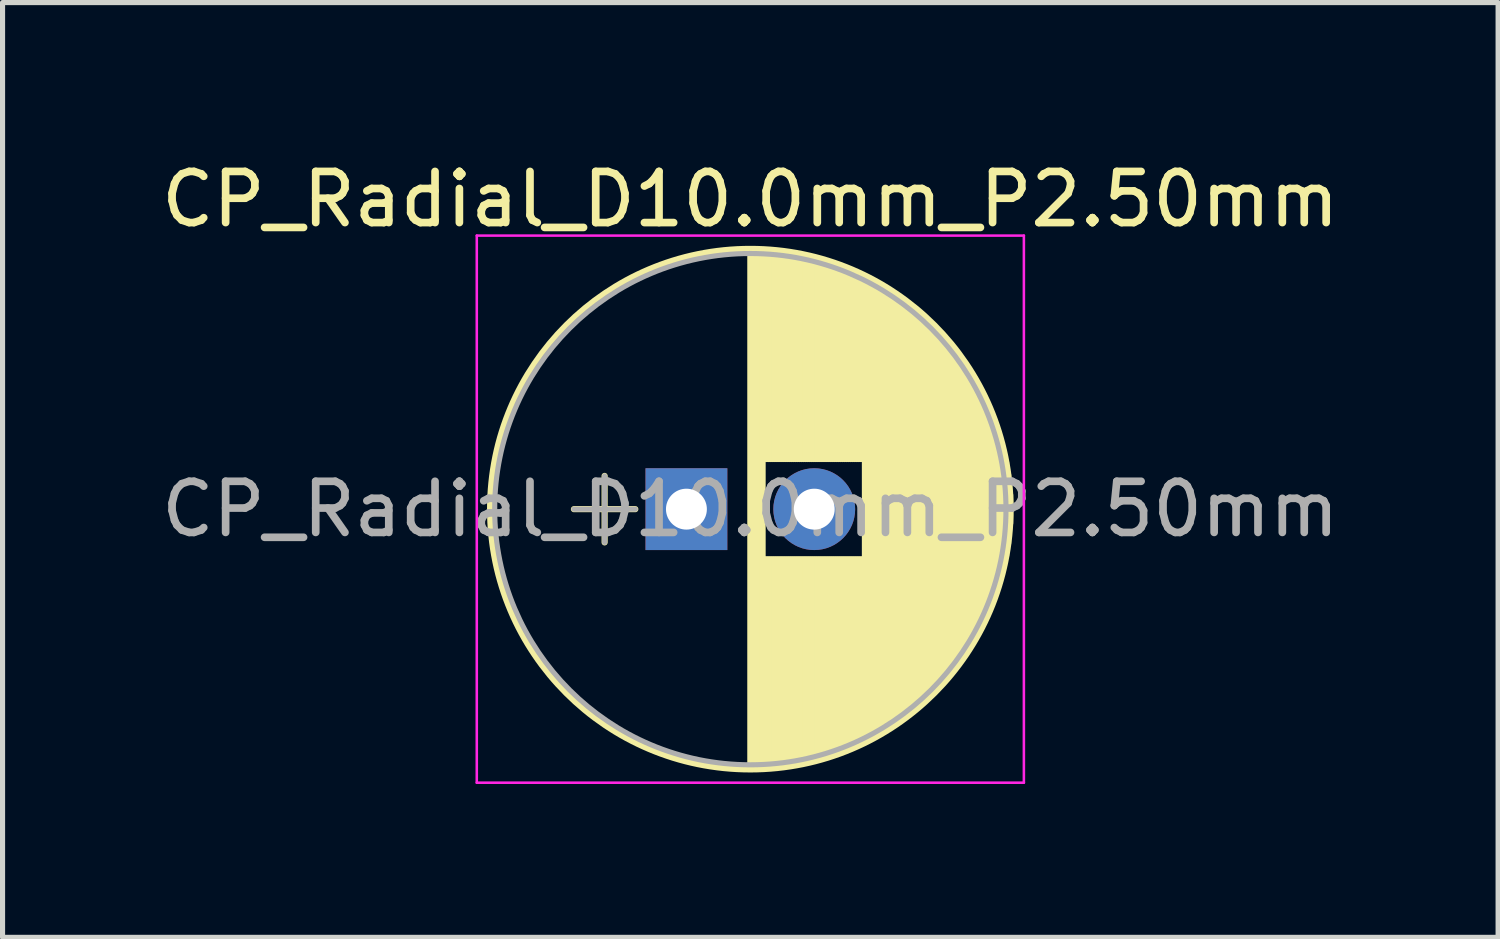
<source format=kicad_pcb>
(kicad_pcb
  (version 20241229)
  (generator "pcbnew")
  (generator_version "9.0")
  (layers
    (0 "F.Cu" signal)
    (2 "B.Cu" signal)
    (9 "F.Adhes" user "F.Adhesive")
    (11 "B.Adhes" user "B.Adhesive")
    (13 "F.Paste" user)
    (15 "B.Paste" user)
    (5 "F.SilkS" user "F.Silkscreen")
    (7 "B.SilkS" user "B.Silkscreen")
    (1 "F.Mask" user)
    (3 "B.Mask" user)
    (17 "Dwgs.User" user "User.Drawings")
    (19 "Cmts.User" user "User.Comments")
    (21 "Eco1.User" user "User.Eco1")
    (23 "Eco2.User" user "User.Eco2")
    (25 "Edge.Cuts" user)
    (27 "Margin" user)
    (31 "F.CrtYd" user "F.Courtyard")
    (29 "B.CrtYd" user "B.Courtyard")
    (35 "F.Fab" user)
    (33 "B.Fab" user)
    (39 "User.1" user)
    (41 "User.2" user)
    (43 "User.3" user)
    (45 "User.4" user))
  (footprint "CP_Radial_D10.0mm_P2.50mm"
    (layer "F.Cu")
    (at 10.375 6.908)
    (property "Reference" "CP_Radial_D10.0mm_P2.50mm" (at 1.25 -6.06 0) (layer "F.SilkS") (effects (font (size 1 1) (thickness 0.15))))
    (attr through_hole)
    (fp_line (start -2.2 0) (end -1 0) (stroke (width 0.12) (type solid)) (layer "F.SilkS"))
    (fp_line (start -1.6 -0.65) (end -1.6 0.65) (stroke (width 0.12) (type solid)) (layer "F.SilkS"))
    (fp_line (start 1.25 -5.05) (end 1.25 5.05) (stroke (width 0.12) (type solid)) (layer "F.SilkS"))
    (fp_line (start 1.29 -5.05) (end 1.29 5.05) (stroke (width 0.12) (type solid)) (layer "F.SilkS"))
    (fp_line (start 1.33 -5.05) (end 1.33 5.05) (stroke (width 0.12) (type solid)) (layer "F.SilkS"))
    (fp_line (start 1.37 -5.049) (end 1.37 5.049) (stroke (width 0.12) (type solid)) (layer "F.SilkS"))
    (fp_line (start 1.41 -5.048) (end 1.41 5.048) (stroke (width 0.12) (type solid)) (layer "F.SilkS"))
    (fp_line (start 1.45 -5.047) (end 1.45 5.047) (stroke (width 0.12) (type solid)) (layer "F.SilkS"))
    (fp_line (start 1.49 -5.045) (end 1.49 5.045) (stroke (width 0.12) (type solid)) (layer "F.SilkS"))
    (fp_line (start 1.53 -5.043) (end 1.53 -0.98) (stroke (width 0.12) (type solid)) (layer "F.SilkS"))
    (fp_line (start 1.53 0.98) (end 1.53 5.043) (stroke (width 0.12) (type solid)) (layer "F.SilkS"))
    (fp_line (start 1.57 -5.04) (end 1.57 -0.98) (stroke (width 0.12) (type solid)) (layer "F.SilkS"))
    (fp_line (start 1.57 0.98) (end 1.57 5.04) (stroke (width 0.12) (type solid)) (layer "F.SilkS"))
    (fp_line (start 1.61 -5.038) (end 1.61 -0.98) (stroke (width 0.12) (type solid)) (layer "F.SilkS"))
    (fp_line (start 1.61 0.98) (end 1.61 5.038) (stroke (width 0.12) (type solid)) (layer "F.SilkS"))
    (fp_line (start 1.65 -5.035) (end 1.65 -0.98) (stroke (width 0.12) (type solid)) (layer "F.SilkS"))
    (fp_line (start 1.65 0.98) (end 1.65 5.035) (stroke (width 0.12) (type solid)) (layer "F.SilkS"))
    (fp_line (start 1.69 -5.031) (end 1.69 -0.98) (stroke (width 0.12) (type solid)) (layer "F.SilkS"))
    (fp_line (start 1.69 0.98) (end 1.69 5.031) (stroke (width 0.12) (type solid)) (layer "F.SilkS"))
    (fp_line (start 1.73 -5.028) (end 1.73 -0.98) (stroke (width 0.12) (type solid)) (layer "F.SilkS"))
    (fp_line (start 1.73 0.98) (end 1.73 5.028) (stroke (width 0.12) (type solid)) (layer "F.SilkS"))
    (fp_line (start 1.77 -5.024) (end 1.77 -0.98) (stroke (width 0.12) (type solid)) (layer "F.SilkS"))
    (fp_line (start 1.77 0.98) (end 1.77 5.024) (stroke (width 0.12) (type solid)) (layer "F.SilkS"))
    (fp_line (start 1.81 -5.02) (end 1.81 -0.98) (stroke (width 0.12) (type solid)) (layer "F.SilkS"))
    (fp_line (start 1.81 0.98) (end 1.81 5.02) (stroke (width 0.12) (type solid)) (layer "F.SilkS"))
    (fp_line (start 1.85 -5.015) (end 1.85 -0.98) (stroke (width 0.12) (type solid)) (layer "F.SilkS"))
    (fp_line (start 1.85 0.98) (end 1.85 5.015) (stroke (width 0.12) (type solid)) (layer "F.SilkS"))
    (fp_line (start 1.89 -5.01) (end 1.89 -0.98) (stroke (width 0.12) (type solid)) (layer "F.SilkS"))
    (fp_line (start 1.89 0.98) (end 1.89 5.01) (stroke (width 0.12) (type solid)) (layer "F.SilkS"))
    (fp_line (start 1.93 -5.005) (end 1.93 -0.98) (stroke (width 0.12) (type solid)) (layer "F.SilkS"))
    (fp_line (start 1.93 0.98) (end 1.93 5.005) (stroke (width 0.12) (type solid)) (layer "F.SilkS"))
    (fp_line (start 1.971 -4.999) (end 1.971 -0.98) (stroke (width 0.12) (type solid)) (layer "F.SilkS"))
    (fp_line (start 1.971 0.98) (end 1.971 4.999) (stroke (width 0.12) (type solid)) (layer "F.SilkS"))
    (fp_line (start 2.011 -4.993) (end 2.011 -0.98) (stroke (width 0.12) (type solid)) (layer "F.SilkS"))
    (fp_line (start 2.011 0.98) (end 2.011 4.993) (stroke (width 0.12) (type solid)) (layer "F.SilkS"))
    (fp_line (start 2.051 -4.987) (end 2.051 -0.98) (stroke (width 0.12) (type solid)) (layer "F.SilkS"))
    (fp_line (start 2.051 0.98) (end 2.051 4.987) (stroke (width 0.12) (type solid)) (layer "F.SilkS"))
    (fp_line (start 2.091 -4.981) (end 2.091 -0.98) (stroke (width 0.12) (type solid)) (layer "F.SilkS"))
    (fp_line (start 2.091 0.98) (end 2.091 4.981) (stroke (width 0.12) (type solid)) (layer "F.SilkS"))
    (fp_line (start 2.131 -4.974) (end 2.131 -0.98) (stroke (width 0.12) (type solid)) (layer "F.SilkS"))
    (fp_line (start 2.131 0.98) (end 2.131 4.974) (stroke (width 0.12) (type solid)) (layer "F.SilkS"))
    (fp_line (start 2.171 -4.967) (end 2.171 -0.98) (stroke (width 0.12) (type solid)) (layer "F.SilkS"))
    (fp_line (start 2.171 0.98) (end 2.171 4.967) (stroke (width 0.12) (type solid)) (layer "F.SilkS"))
    (fp_line (start 2.211 -4.959) (end 2.211 -0.98) (stroke (width 0.12) (type solid)) (layer "F.SilkS"))
    (fp_line (start 2.211 0.98) (end 2.211 4.959) (stroke (width 0.12) (type solid)) (layer "F.SilkS"))
    (fp_line (start 2.251 -4.951) (end 2.251 -0.98) (stroke (width 0.12) (type solid)) (layer "F.SilkS"))
    (fp_line (start 2.251 0.98) (end 2.251 4.951) (stroke (width 0.12) (type solid)) (layer "F.SilkS"))
    (fp_line (start 2.291 -4.943) (end 2.291 -0.98) (stroke (width 0.12) (type solid)) (layer "F.SilkS"))
    (fp_line (start 2.291 0.98) (end 2.291 4.943) (stroke (width 0.12) (type solid)) (layer "F.SilkS"))
    (fp_line (start 2.331 -4.935) (end 2.331 -0.98) (stroke (width 0.12) (type solid)) (layer "F.SilkS"))
    (fp_line (start 2.331 0.98) (end 2.331 4.935) (stroke (width 0.12) (type solid)) (layer "F.SilkS"))
    (fp_line (start 2.371 -4.926) (end 2.371 -0.98) (stroke (width 0.12) (type solid)) (layer "F.SilkS"))
    (fp_line (start 2.371 0.98) (end 2.371 4.926) (stroke (width 0.12) (type solid)) (layer "F.SilkS"))
    (fp_line (start 2.411 -4.917) (end 2.411 -0.98) (stroke (width 0.12) (type solid)) (layer "F.SilkS"))
    (fp_line (start 2.411 0.98) (end 2.411 4.917) (stroke (width 0.12) (type solid)) (layer "F.SilkS"))
    (fp_line (start 2.451 -4.907) (end 2.451 -0.98) (stroke (width 0.12) (type solid)) (layer "F.SilkS"))
    (fp_line (start 2.451 0.98) (end 2.451 4.907) (stroke (width 0.12) (type solid)) (layer "F.SilkS"))
    (fp_line (start 2.491 -4.897) (end 2.491 -0.98) (stroke (width 0.12) (type solid)) (layer "F.SilkS"))
    (fp_line (start 2.491 0.98) (end 2.491 4.897) (stroke (width 0.12) (type solid)) (layer "F.SilkS"))
    (fp_line (start 2.531 -4.887) (end 2.531 -0.98) (stroke (width 0.12) (type solid)) (layer "F.SilkS"))
    (fp_line (start 2.531 0.98) (end 2.531 4.887) (stroke (width 0.12) (type solid)) (layer "F.SilkS"))
    (fp_line (start 2.571 -4.876) (end 2.571 -0.98) (stroke (width 0.12) (type solid)) (layer "F.SilkS"))
    (fp_line (start 2.571 0.98) (end 2.571 4.876) (stroke (width 0.12) (type solid)) (layer "F.SilkS"))
    (fp_line (start 2.611 -4.865) (end 2.611 -0.98) (stroke (width 0.12) (type solid)) (layer "F.SilkS"))
    (fp_line (start 2.611 0.98) (end 2.611 4.865) (stroke (width 0.12) (type solid)) (layer "F.SilkS"))
    (fp_line (start 2.651 -4.854) (end 2.651 -0.98) (stroke (width 0.12) (type solid)) (layer "F.SilkS"))
    (fp_line (start 2.651 0.98) (end 2.651 4.854) (stroke (width 0.12) (type solid)) (layer "F.SilkS"))
    (fp_line (start 2.691 -4.843) (end 2.691 -0.98) (stroke (width 0.12) (type solid)) (layer "F.SilkS"))
    (fp_line (start 2.691 0.98) (end 2.691 4.843) (stroke (width 0.12) (type solid)) (layer "F.SilkS"))
    (fp_line (start 2.731 -4.831) (end 2.731 -0.98) (stroke (width 0.12) (type solid)) (layer "F.SilkS"))
    (fp_line (start 2.731 0.98) (end 2.731 4.831) (stroke (width 0.12) (type solid)) (layer "F.SilkS"))
    (fp_line (start 2.771 -4.818) (end 2.771 -0.98) (stroke (width 0.12) (type solid)) (layer "F.SilkS"))
    (fp_line (start 2.771 0.98) (end 2.771 4.818) (stroke (width 0.12) (type solid)) (layer "F.SilkS"))
    (fp_line (start 2.811 -4.806) (end 2.811 -0.98) (stroke (width 0.12) (type solid)) (layer "F.SilkS"))
    (fp_line (start 2.811 0.98) (end 2.811 4.806) (stroke (width 0.12) (type solid)) (layer "F.SilkS"))
    (fp_line (start 2.851 -4.792) (end 2.851 -0.98) (stroke (width 0.12) (type solid)) (layer "F.SilkS"))
    (fp_line (start 2.851 0.98) (end 2.851 4.792) (stroke (width 0.12) (type solid)) (layer "F.SilkS"))
    (fp_line (start 2.891 -4.779) (end 2.891 -0.98) (stroke (width 0.12) (type solid)) (layer "F.SilkS"))
    (fp_line (start 2.891 0.98) (end 2.891 4.779) (stroke (width 0.12) (type solid)) (layer "F.SilkS"))
    (fp_line (start 2.931 -4.765) (end 2.931 -0.98) (stroke (width 0.12) (type solid)) (layer "F.SilkS"))
    (fp_line (start 2.931 0.98) (end 2.931 4.765) (stroke (width 0.12) (type solid)) (layer "F.SilkS"))
    (fp_line (start 2.971 -4.751) (end 2.971 -0.98) (stroke (width 0.12) (type solid)) (layer "F.SilkS"))
    (fp_line (start 2.971 0.98) (end 2.971 4.751) (stroke (width 0.12) (type solid)) (layer "F.SilkS"))
    (fp_line (start 3.011 -4.737) (end 3.011 -0.98) (stroke (width 0.12) (type solid)) (layer "F.SilkS"))
    (fp_line (start 3.011 0.98) (end 3.011 4.737) (stroke (width 0.12) (type solid)) (layer "F.SilkS"))
    (fp_line (start 3.051 -4.722) (end 3.051 -0.98) (stroke (width 0.12) (type solid)) (layer "F.SilkS"))
    (fp_line (start 3.051 0.98) (end 3.051 4.722) (stroke (width 0.12) (type solid)) (layer "F.SilkS"))
    (fp_line (start 3.091 -4.706) (end 3.091 -0.98) (stroke (width 0.12) (type solid)) (layer "F.SilkS"))
    (fp_line (start 3.091 0.98) (end 3.091 4.706) (stroke (width 0.12) (type solid)) (layer "F.SilkS"))
    (fp_line (start 3.131 -4.691) (end 3.131 -0.98) (stroke (width 0.12) (type solid)) (layer "F.SilkS"))
    (fp_line (start 3.131 0.98) (end 3.131 4.691) (stroke (width 0.12) (type solid)) (layer "F.SilkS"))
    (fp_line (start 3.171 -4.674) (end 3.171 -0.98) (stroke (width 0.12) (type solid)) (layer "F.SilkS"))
    (fp_line (start 3.171 0.98) (end 3.171 4.674) (stroke (width 0.12) (type solid)) (layer "F.SilkS"))
    (fp_line (start 3.211 -4.658) (end 3.211 -0.98) (stroke (width 0.12) (type solid)) (layer "F.SilkS"))
    (fp_line (start 3.211 0.98) (end 3.211 4.658) (stroke (width 0.12) (type solid)) (layer "F.SilkS"))
    (fp_line (start 3.251 -4.641) (end 3.251 -0.98) (stroke (width 0.12) (type solid)) (layer "F.SilkS"))
    (fp_line (start 3.251 0.98) (end 3.251 4.641) (stroke (width 0.12) (type solid)) (layer "F.SilkS"))
    (fp_line (start 3.291 -4.624) (end 3.291 -0.98) (stroke (width 0.12) (type solid)) (layer "F.SilkS"))
    (fp_line (start 3.291 0.98) (end 3.291 4.624) (stroke (width 0.12) (type solid)) (layer "F.SilkS"))
    (fp_line (start 3.331 -4.606) (end 3.331 -0.98) (stroke (width 0.12) (type solid)) (layer "F.SilkS"))
    (fp_line (start 3.331 0.98) (end 3.331 4.606) (stroke (width 0.12) (type solid)) (layer "F.SilkS"))
    (fp_line (start 3.371 -4.588) (end 3.371 -0.98) (stroke (width 0.12) (type solid)) (layer "F.SilkS"))
    (fp_line (start 3.371 0.98) (end 3.371 4.588) (stroke (width 0.12) (type solid)) (layer "F.SilkS"))
    (fp_line (start 3.411 -4.569) (end 3.411 -0.98) (stroke (width 0.12) (type solid)) (layer "F.SilkS"))
    (fp_line (start 3.411 0.98) (end 3.411 4.569) (stroke (width 0.12) (type solid)) (layer "F.SilkS"))
    (fp_line (start 3.451 -4.55) (end 3.451 -0.98) (stroke (width 0.12) (type solid)) (layer "F.SilkS"))
    (fp_line (start 3.451 0.98) (end 3.451 4.55) (stroke (width 0.12) (type solid)) (layer "F.SilkS"))
    (fp_line (start 3.491 -4.531) (end 3.491 4.531) (stroke (width 0.12) (type solid)) (layer "F.SilkS"))
    (fp_line (start 3.531 -4.511) (end 3.531 4.511) (stroke (width 0.12) (type solid)) (layer "F.SilkS"))
    (fp_line (start 3.571 -4.491) (end 3.571 4.491) (stroke (width 0.12) (type solid)) (layer "F.SilkS"))
    (fp_line (start 3.611 -4.47) (end 3.611 4.47) (stroke (width 0.12) (type solid)) (layer "F.SilkS"))
    (fp_line (start 3.651 -4.449) (end 3.651 4.449) (stroke (width 0.12) (type solid)) (layer "F.SilkS"))
    (fp_line (start 3.691 -4.428) (end 3.691 4.428) (stroke (width 0.12) (type solid)) (layer "F.SilkS"))
    (fp_line (start 3.731 -4.405) (end 3.731 4.405) (stroke (width 0.12) (type solid)) (layer "F.SilkS"))
    (fp_line (start 3.771 -4.383) (end 3.771 4.383) (stroke (width 0.12) (type solid)) (layer "F.SilkS"))
    (fp_line (start 3.811 -4.36) (end 3.811 4.36) (stroke (width 0.12) (type solid)) (layer "F.SilkS"))
    (fp_line (start 3.851 -4.336) (end 3.851 4.336) (stroke (width 0.12) (type solid)) (layer "F.SilkS"))
    (fp_line (start 3.891 -4.312) (end 3.891 4.312) (stroke (width 0.12) (type solid)) (layer "F.SilkS"))
    (fp_line (start 3.931 -4.288) (end 3.931 4.288) (stroke (width 0.12) (type solid)) (layer "F.SilkS"))
    (fp_line (start 3.971 -4.263) (end 3.971 4.263) (stroke (width 0.12) (type solid)) (layer "F.SilkS"))
    (fp_line (start 4.011 -4.237) (end 4.011 4.237) (stroke (width 0.12) (type solid)) (layer "F.SilkS"))
    (fp_line (start 4.051 -4.211) (end 4.051 4.211) (stroke (width 0.12) (type solid)) (layer "F.SilkS"))
    (fp_line (start 4.091 -4.185) (end 4.091 4.185) (stroke (width 0.12) (type solid)) (layer "F.SilkS"))
    (fp_line (start 4.131 -4.157) (end 4.131 4.157) (stroke (width 0.12) (type solid)) (layer "F.SilkS"))
    (fp_line (start 4.171 -4.13) (end 4.171 4.13) (stroke (width 0.12) (type solid)) (layer "F.SilkS"))
    (fp_line (start 4.211 -4.101) (end 4.211 4.101) (stroke (width 0.12) (type solid)) (layer "F.SilkS"))
    (fp_line (start 4.251 -4.072) (end 4.251 4.072) (stroke (width 0.12) (type solid)) (layer "F.SilkS"))
    (fp_line (start 4.291 -4.043) (end 4.291 4.043) (stroke (width 0.12) (type solid)) (layer "F.SilkS"))
    (fp_line (start 4.331 -4.013) (end 4.331 4.013) (stroke (width 0.12) (type solid)) (layer "F.SilkS"))
    (fp_line (start 4.371 -3.982) (end 4.371 3.982) (stroke (width 0.12) (type solid)) (layer "F.SilkS"))
    (fp_line (start 4.411 -3.951) (end 4.411 3.951) (stroke (width 0.12) (type solid)) (layer "F.SilkS"))
    (fp_line (start 4.451 -3.919) (end 4.451 3.919) (stroke (width 0.12) (type solid)) (layer "F.SilkS"))
    (fp_line (start 4.491 -3.886) (end 4.491 3.886) (stroke (width 0.12) (type solid)) (layer "F.SilkS"))
    (fp_line (start 4.531 -3.853) (end 4.531 3.853) (stroke (width 0.12) (type solid)) (layer "F.SilkS"))
    (fp_line (start 4.571 -3.819) (end 4.571 3.819) (stroke (width 0.12) (type solid)) (layer "F.SilkS"))
    (fp_line (start 4.611 -3.784) (end 4.611 3.784) (stroke (width 0.12) (type solid)) (layer "F.SilkS"))
    (fp_line (start 4.651 -3.748) (end 4.651 3.748) (stroke (width 0.12) (type solid)) (layer "F.SilkS"))
    (fp_line (start 4.691 -3.712) (end 4.691 3.712) (stroke (width 0.12) (type solid)) (layer "F.SilkS"))
    (fp_line (start 4.731 -3.675) (end 4.731 3.675) (stroke (width 0.12) (type solid)) (layer "F.SilkS"))
    (fp_line (start 4.771 -3.637) (end 4.771 3.637) (stroke (width 0.12) (type solid)) (layer "F.SilkS"))
    (fp_line (start 4.811 -3.598) (end 4.811 3.598) (stroke (width 0.12) (type solid)) (layer "F.SilkS"))
    (fp_line (start 4.851 -3.559) (end 4.851 3.559) (stroke (width 0.12) (type solid)) (layer "F.SilkS"))
    (fp_line (start 4.891 -3.518) (end 4.891 3.518) (stroke (width 0.12) (type solid)) (layer "F.SilkS"))
    (fp_line (start 4.931 -3.477) (end 4.931 3.477) (stroke (width 0.12) (type solid)) (layer "F.SilkS"))
    (fp_line (start 4.971 -3.435) (end 4.971 3.435) (stroke (width 0.12) (type solid)) (layer "F.SilkS"))
    (fp_line (start 5.011 -3.391) (end 5.011 3.391) (stroke (width 0.12) (type solid)) (layer "F.SilkS"))
    (fp_line (start 5.051 -3.347) (end 5.051 3.347) (stroke (width 0.12) (type solid)) (layer "F.SilkS"))
    (fp_line (start 5.091 -3.302) (end 5.091 3.302) (stroke (width 0.12) (type solid)) (layer "F.SilkS"))
    (fp_line (start 5.131 -3.255) (end 5.131 3.255) (stroke (width 0.12) (type solid)) (layer "F.SilkS"))
    (fp_line (start 5.171 -3.207) (end 5.171 3.207) (stroke (width 0.12) (type solid)) (layer "F.SilkS"))
    (fp_line (start 5.211 -3.158) (end 5.211 3.158) (stroke (width 0.12) (type solid)) (layer "F.SilkS"))
    (fp_line (start 5.251 -3.108) (end 5.251 3.108) (stroke (width 0.12) (type solid)) (layer "F.SilkS"))
    (fp_line (start 5.291 -3.057) (end 5.291 3.057) (stroke (width 0.12) (type solid)) (layer "F.SilkS"))
    (fp_line (start 5.331 -3.004) (end 5.331 3.004) (stroke (width 0.12) (type solid)) (layer "F.SilkS"))
    (fp_line (start 5.371 -2.949) (end 5.371 2.949) (stroke (width 0.12) (type solid)) (layer "F.SilkS"))
    (fp_line (start 5.411 -2.894) (end 5.411 2.894) (stroke (width 0.12) (type solid)) (layer "F.SilkS"))
    (fp_line (start 5.451 -2.836) (end 5.451 2.836) (stroke (width 0.12) (type solid)) (layer "F.SilkS"))
    (fp_line (start 5.491 -2.777) (end 5.491 2.777) (stroke (width 0.12) (type solid)) (layer "F.SilkS"))
    (fp_line (start 5.531 -2.715) (end 5.531 2.715) (stroke (width 0.12) (type solid)) (layer "F.SilkS"))
    (fp_line (start 5.571 -2.652) (end 5.571 2.652) (stroke (width 0.12) (type solid)) (layer "F.SilkS"))
    (fp_line (start 5.611 -2.587) (end 5.611 2.587) (stroke (width 0.12) (type solid)) (layer "F.SilkS"))
    (fp_line (start 5.651 -2.519) (end 5.651 2.519) (stroke (width 0.12) (type solid)) (layer "F.SilkS"))
    (fp_line (start 5.691 -2.449) (end 5.691 2.449) (stroke (width 0.12) (type solid)) (layer "F.SilkS"))
    (fp_line (start 5.731 -2.377) (end 5.731 2.377) (stroke (width 0.12) (type solid)) (layer "F.SilkS"))
    (fp_line (start 5.771 -2.301) (end 5.771 2.301) (stroke (width 0.12) (type solid)) (layer "F.SilkS"))
    (fp_line (start 5.811 -2.222) (end 5.811 2.222) (stroke (width 0.12) (type solid)) (layer "F.SilkS"))
    (fp_line (start 5.851 -2.14) (end 5.851 2.14) (stroke (width 0.12) (type solid)) (layer "F.SilkS"))
    (fp_line (start 5.891 -2.053) (end 5.891 2.053) (stroke (width 0.12) (type solid)) (layer "F.SilkS"))
    (fp_line (start 5.931 -1.962) (end 5.931 1.962) (stroke (width 0.12) (type solid)) (layer "F.SilkS"))
    (fp_line (start 5.971 -1.866) (end 5.971 1.866) (stroke (width 0.12) (type solid)) (layer "F.SilkS"))
    (fp_line (start 6.011 -1.763) (end 6.011 1.763) (stroke (width 0.12) (type solid)) (layer "F.SilkS"))
    (fp_line (start 6.051 -1.654) (end 6.051 1.654) (stroke (width 0.12) (type solid)) (layer "F.SilkS"))
    (fp_line (start 6.091 -1.536) (end 6.091 1.536) (stroke (width 0.12) (type solid)) (layer "F.SilkS"))
    (fp_line (start 6.131 -1.407) (end 6.131 1.407) (stroke (width 0.12) (type solid)) (layer "F.SilkS"))
    (fp_line (start 6.171 -1.265) (end 6.171 1.265) (stroke (width 0.12) (type solid)) (layer "F.SilkS"))
    (fp_line (start 6.211 -1.104) (end 6.211 1.104) (stroke (width 0.12) (type solid)) (layer "F.SilkS"))
    (fp_line (start 6.251 -0.913) (end 6.251 0.913) (stroke (width 0.12) (type solid)) (layer "F.SilkS"))
    (fp_line (start 6.291 -0.672) (end 6.291 0.672) (stroke (width 0.12) (type solid)) (layer "F.SilkS"))
    (fp_line (start 6.331 -0.279) (end 6.331 0.279) (stroke (width 0.12) (type solid)) (layer "F.SilkS"))
    (fp_circle (center 1.25 0) (end 6.34 0) (stroke (width 0.12) (type solid)) (fill no) (layer "F.SilkS"))
    (fp_line (start -4.1 -5.35) (end -4.1 5.35) (stroke (width 0.05) (type solid)) (layer "F.CrtYd"))
    (fp_line (start -4.1 5.35) (end 6.6 5.35) (stroke (width 0.05) (type solid)) (layer "F.CrtYd"))
    (fp_line (start 6.6 -5.35) (end -4.1 -5.35) (stroke (width 0.05) (type solid)) (layer "F.CrtYd"))
    (fp_line (start 6.6 5.35) (end 6.6 -5.35) (stroke (width 0.05) (type solid)) (layer "F.CrtYd"))
    (fp_line (start -2.2 0) (end -1 0) (stroke (width 0.1) (type solid)) (layer "F.Fab"))
    (fp_line (start -1.6 -0.65) (end -1.6 0.65) (stroke (width 0.1) (type solid)) (layer "F.Fab"))
    (fp_circle (center 1.25 0) (end 6.25 0) (stroke (width 0.1) (type solid)) (fill no) (layer "F.Fab"))
    (fp_text user "${REFERENCE}" (at 1.25 0 0) (layer "F.Fab") (effects (font (size 1 1) (thickness 0.15))))
    (pad "1" thru_hole rect (at 0 0) (size 1.6 1.6) (drill 0.8) (layers "*.Cu" "*.Mask"))
    (pad "2" thru_hole circle (at 2.5 0) (size 1.6 1.6) (drill 0.8) (layers "*.Cu" "*.Mask")))
  (gr_rect
    (start -3 -3)
    (end 26.25 15.283)
    (stroke (width 0.1) (type default))
    (fill no)
    (layer "Edge.Cuts")))
</source>
